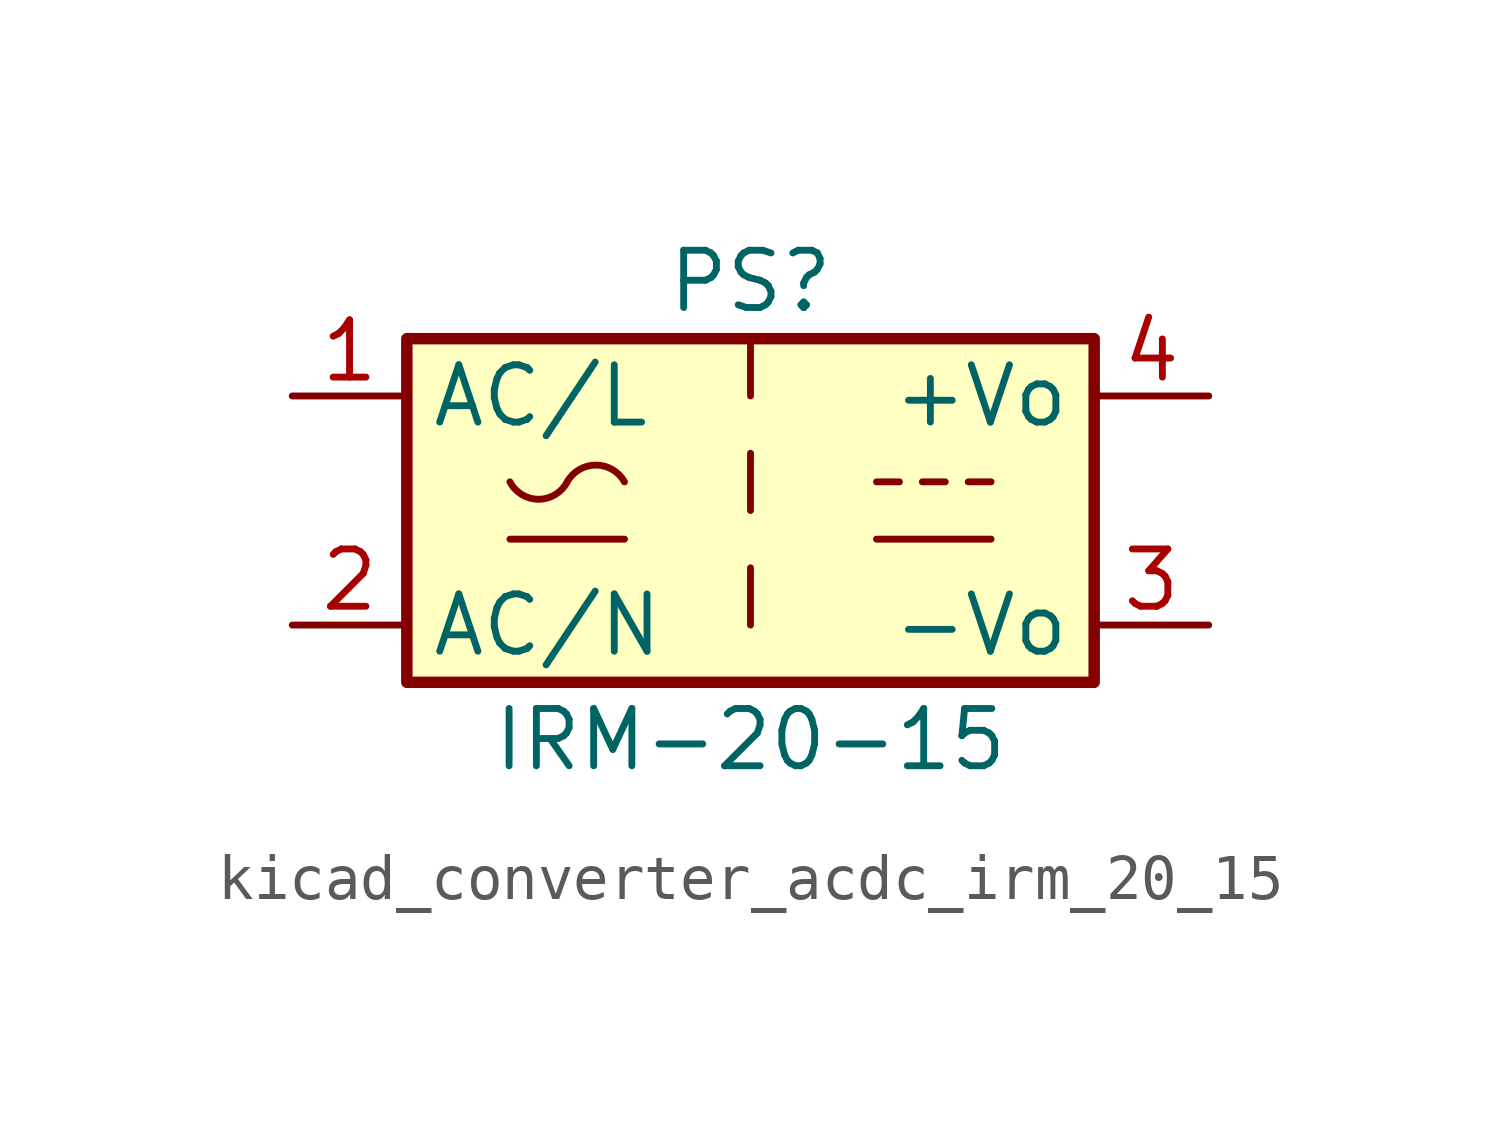
<source format=kicad_sym>
(kicad_symbol_lib
  (version 20220914)
  (generator kicad_symbol_editor)
  (symbol "kicad_converter_acdc_irm_20_15"
    (property "Reference" "PS"
      (at 0 5.08 0)
      (effects (font (size 1.27 1.27))))
    (property "Value" "IRM-20-15"
      (at 0 -5.08 0)
      (effects (font (size 1.27 1.27))))
    (symbol "kicad_converter_acdc_irm_20_15_0_1"
      (rectangle (start -7.62 3.81) (end 7.62 -3.81) (stroke (width 0.254) (type default)) (fill (type background)))
      (arc (start -5.334 0.635) (mid -4.699 0.2495) (end -4.064 0.635) (stroke (width 0) (type default)) (fill (type none)))
      (arc (start -2.794 0.635) (mid -3.429 1.0072) (end -4.064 0.635) (stroke (width 0) (type default)) (fill (type none)))
      (polyline (pts (xy -5.334 -0.635) (xy -2.794 -0.635)) (stroke (width 0) (type default)) (fill (type none)))
      (polyline (pts (xy 0 -1.27) (xy 0 -2.54)) (stroke (width 0) (type default)) (fill (type none)))
      (polyline (pts (xy 0 1.27) (xy 0 0)) (stroke (width 0) (type default)) (fill (type none)))
      (polyline (pts (xy 0 3.81) (xy 0 2.54)) (stroke (width 0) (type default)) (fill (type none)))
      (polyline (pts (xy 2.794 -0.635) (xy 5.334 -0.635)) (stroke (width 0) (type default)) (fill (type none)))
      (polyline (pts (xy 2.794 0.635) (xy 3.302 0.635)) (stroke (width 0) (type default)) (fill (type none)))
      (polyline (pts (xy 3.81 0.635) (xy 4.318 0.635)) (stroke (width 0) (type default)) (fill (type none)))
      (polyline (pts (xy 4.826 0.635) (xy 5.334 0.635)) (stroke (width 0) (type default)) (fill (type none))))
    (symbol "kicad_converter_acdc_irm_20_15_1_1"
      (pin power_in line (at -10.16 2.54 0) (length 2.54) (name "AC/L" (effects (font (size 1.27 1.27)))) (number "1" (effects (font (size 1.27 1.27)))))
      (pin power_in line (at -10.16 -2.54 0) (length 2.54) (name "AC/N" (effects (font (size 1.27 1.27)))) (number "2" (effects (font (size 1.27 1.27)))))
      (pin power_out line (at 10.16 -2.54 180) (length 2.54) (name "-Vo" (effects (font (size 1.27 1.27)))) (number "3" (effects (font (size 1.27 1.27)))))
      (pin power_out line (at 10.16 2.54 180) (length 2.54) (name "+Vo" (effects (font (size 1.27 1.27)))) (number "4" (effects (font (size 1.27 1.27))))))))
</source>
